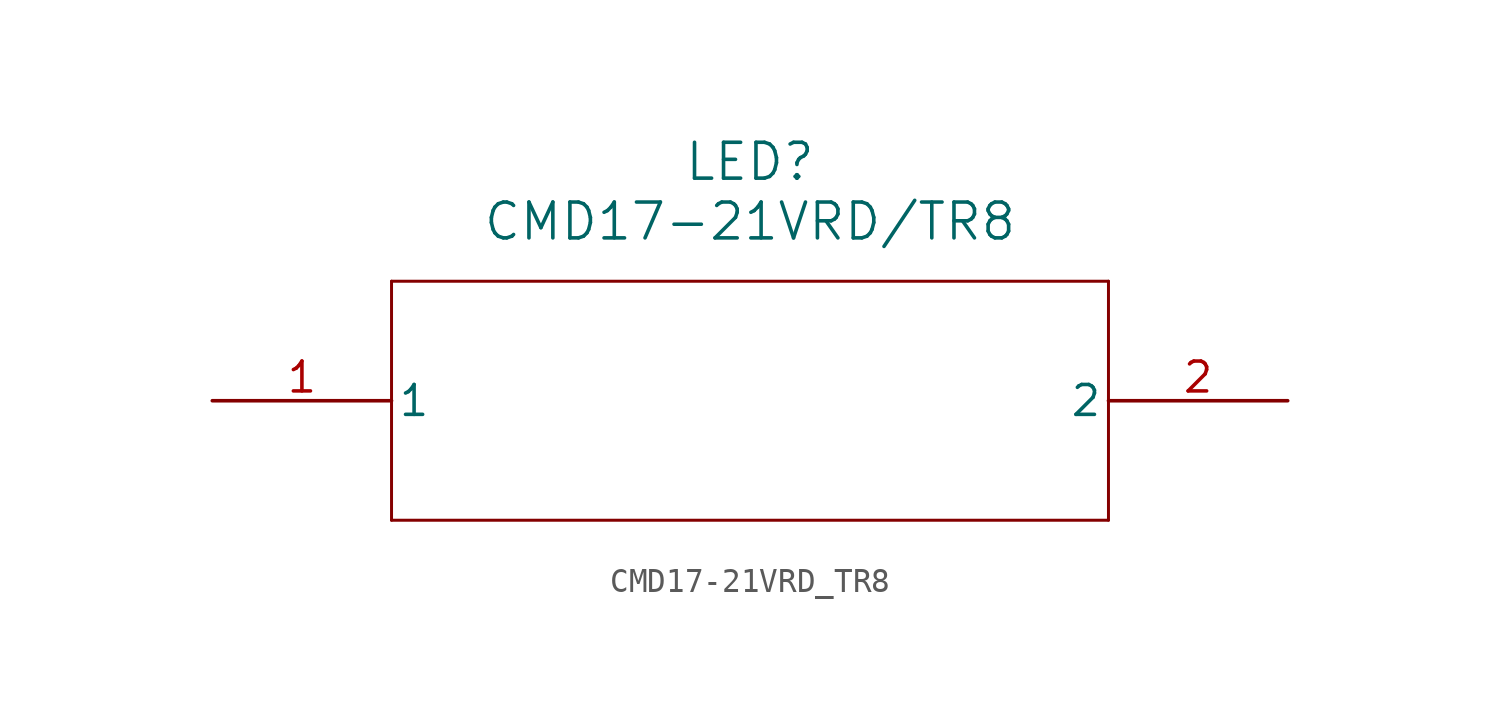
<source format=kicad_sym>
(kicad_symbol_lib
  (version 20211014)
  (generator kicad_symbol_editor)
  (symbol "CMD17-21VRD_TR8"
    (pin_names
      (offset 0.254))
    (property "Reference" "LED"
      (at 22.86 10.16 0)
      (effects (font (size 1.524 1.524))))
    (property "Value" "CMD17-21VRD/TR8"
      (at 22.86 7.62 0)
      (effects (font (size 1.524 1.524))))
    (symbol "CMD17-21VRD_TR8_0_1"
      (polyline (pts (xy 7.62 5.08) (xy 7.62 -5.08)) (stroke (width 0.127) (type default) (color 0 0 0 0)) (fill (type none)))
      (polyline (pts (xy 7.62 -5.08) (xy 38.1 -5.08)) (stroke (width 0.127) (type default) (color 0 0 0 0)) (fill (type none)))
      (polyline (pts (xy 38.1 -5.08) (xy 38.1 5.08)) (stroke (width 0.127) (type default) (color 0 0 0 0)) (fill (type none)))
      (polyline (pts (xy 38.1 5.08) (xy 7.62 5.08)) (stroke (width 0.127) (type default) (color 0 0 0 0)) (fill (type none)))
      (pin unspecified line (at 0 0 0) (length 7.62) (name "1" (effects (font (size 1.27 1.27)))) (number "1" (effects (font (size 1.27 1.27)))))
      (pin unspecified line (at 45.72 0 180) (length 7.62) (name "2" (effects (font (size 1.27 1.27)))) (number "2" (effects (font (size 1.27 1.27))))))))
</source>
